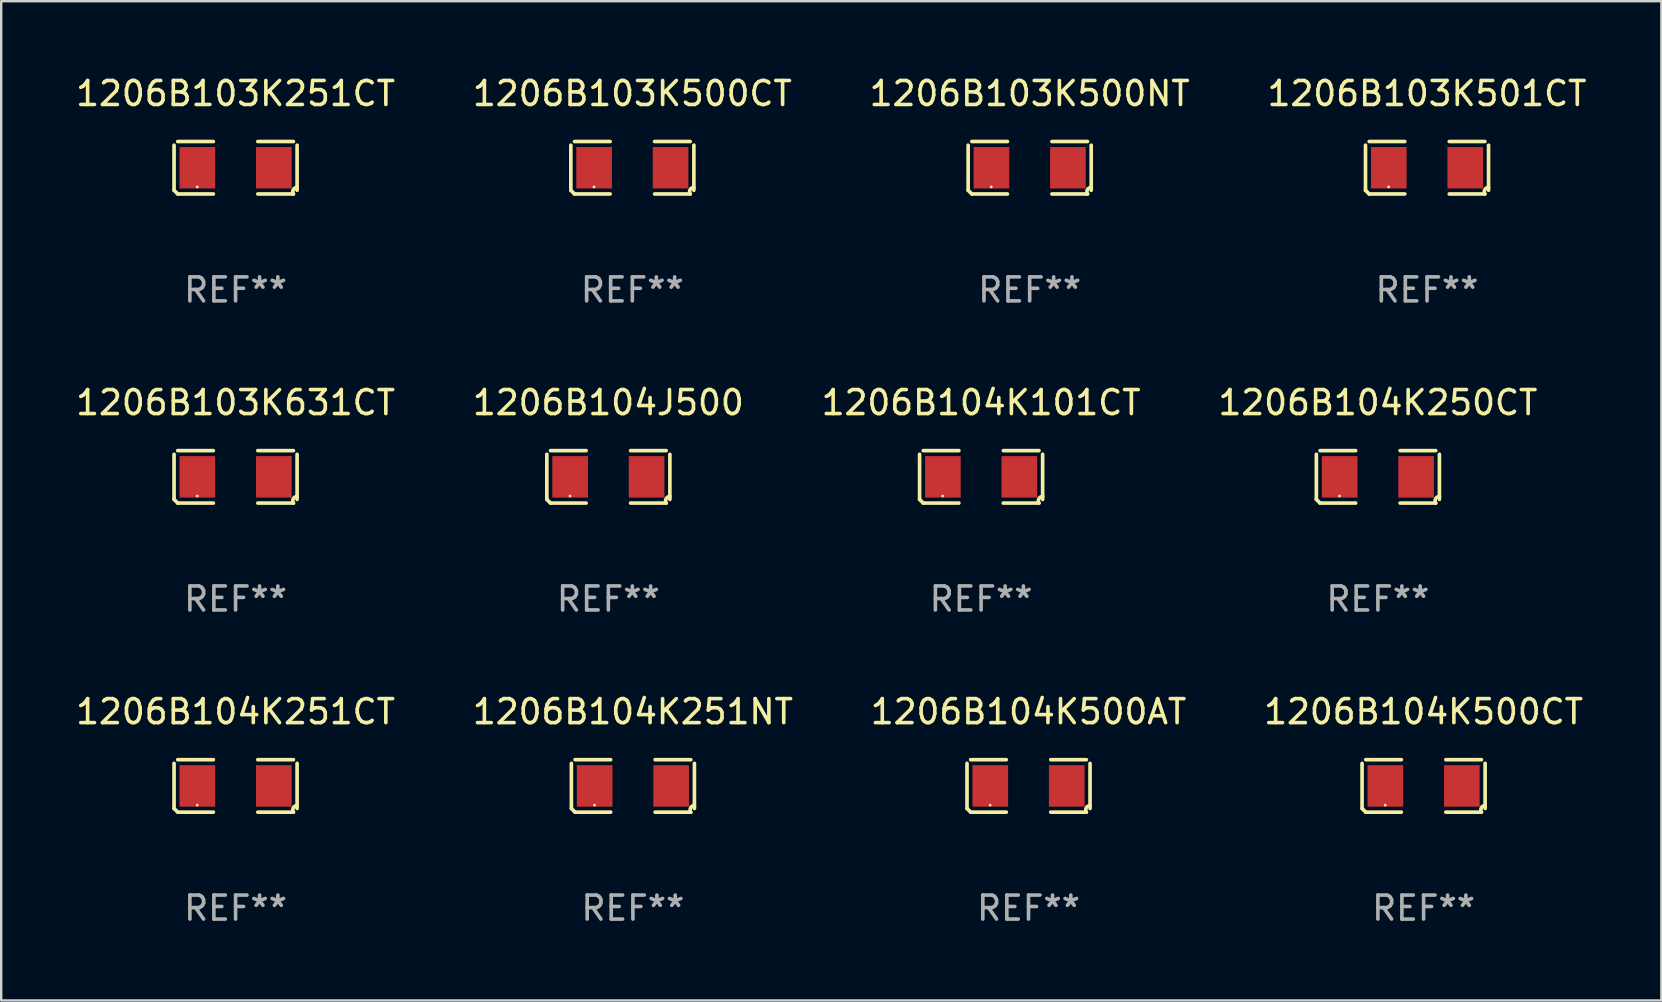
<source format=kicad_pcb>
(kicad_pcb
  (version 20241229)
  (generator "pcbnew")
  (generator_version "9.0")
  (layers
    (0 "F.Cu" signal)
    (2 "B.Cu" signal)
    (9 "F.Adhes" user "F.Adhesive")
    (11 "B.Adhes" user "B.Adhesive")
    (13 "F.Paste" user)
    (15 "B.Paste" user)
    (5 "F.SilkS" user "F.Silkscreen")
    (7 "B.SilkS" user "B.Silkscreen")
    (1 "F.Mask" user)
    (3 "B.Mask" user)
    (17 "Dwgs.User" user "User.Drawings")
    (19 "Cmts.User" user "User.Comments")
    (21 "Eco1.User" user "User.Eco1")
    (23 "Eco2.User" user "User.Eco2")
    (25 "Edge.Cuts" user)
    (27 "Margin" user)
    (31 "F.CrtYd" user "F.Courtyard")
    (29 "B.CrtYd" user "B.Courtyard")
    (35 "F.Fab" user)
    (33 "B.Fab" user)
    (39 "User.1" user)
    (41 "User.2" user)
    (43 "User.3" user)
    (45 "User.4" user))
  (footprint "1206B103K501CT"
    (layer "F.Cu")
    (at 56.423 3.941)
    (property "Reference" "1206B103K501CT" (at 0 -3.093 0) (layer "F.SilkS") (effects (font (size 1 1) (thickness 0.15))))
    (attr through_hole)
    (fp_line (start -2.564 0.94) (end -2.564 -0.94) (stroke (width 0.152) (type solid)) (layer "F.SilkS"))
    (fp_line (start -2.411 -1.093) (end -0.926 -1.093) (stroke (width 0.152) (type solid)) (layer "F.SilkS"))
    (fp_line (start -0.926 1.093) (end -2.411 1.093) (stroke (width 0.152) (type solid)) (layer "F.SilkS"))
    (fp_line (start 0.926 1.093) (end 2.411 1.093) (stroke (width 0.152) (type solid)) (layer "F.SilkS"))
    (fp_line (start 2.411 -1.093) (end 0.926 -1.093) (stroke (width 0.152) (type solid)) (layer "F.SilkS"))
    (fp_line (start 2.564 0.94) (end 2.564 -0.94) (stroke (width 0.152) (type solid)) (layer "F.SilkS"))
    (fp_arc (start -2.411201 1.092609) (mid -2.487413 1.01642) (end -2.563602 0.940208) (stroke (width 0.1524) (type solid)) (layer "F.SilkS"))
    (fp_arc (start 2.411201 1.092609) (mid 2.407159 0.911226) (end 2.563602 0.819347) (stroke (width 0.1524) (type solid)) (layer "F.SilkS"))
    (fp_circle (center -1.6 0.8) (end -1.57 0.8) (stroke (width 0.06) (type solid)) (fill no) (layer "F.SilkS"))
    (fp_text user "REF**" (at 0 5.093 0) (layer "F.Fab") (effects (font (size 1 1) (thickness 0.15))))
    (pad "1" smd rect (at -1.593 0) (size 1.485 1.728) (layers "F.Cu" "F.Mask" "F.Paste"))
    (pad "2" smd rect (at 1.593 0) (size 1.485 1.728) (layers "F.Cu" "F.Mask" "F.Paste")))
  (footprint "1206B104K101CT"
    (layer "F.Cu")
    (at 37.839 16.823)
    (property "Reference" "1206B104K101CT" (at 0 -3.093 0) (layer "F.SilkS") (effects (font (size 1 1) (thickness 0.15))))
    (attr through_hole)
    (fp_line (start -2.564 0.94) (end -2.564 -0.94) (stroke (width 0.152) (type solid)) (layer "F.SilkS"))
    (fp_line (start -2.411 -1.093) (end -0.926 -1.093) (stroke (width 0.152) (type solid)) (layer "F.SilkS"))
    (fp_line (start -0.926 1.093) (end -2.411 1.093) (stroke (width 0.152) (type solid)) (layer "F.SilkS"))
    (fp_line (start 0.926 1.093) (end 2.411 1.093) (stroke (width 0.152) (type solid)) (layer "F.SilkS"))
    (fp_line (start 2.411 -1.093) (end 0.926 -1.093) (stroke (width 0.152) (type solid)) (layer "F.SilkS"))
    (fp_line (start 2.564 0.94) (end 2.564 -0.94) (stroke (width 0.152) (type solid)) (layer "F.SilkS"))
    (fp_arc (start -2.411201 1.092609) (mid -2.487413 1.01642) (end -2.563602 0.940208) (stroke (width 0.1524) (type solid)) (layer "F.SilkS"))
    (fp_arc (start 2.411201 1.092609) (mid 2.407159 0.911226) (end 2.563602 0.819347) (stroke (width 0.1524) (type solid)) (layer "F.SilkS"))
    (fp_circle (center -1.6 0.8) (end -1.57 0.8) (stroke (width 0.06) (type solid)) (fill no) (layer "F.SilkS"))
    (fp_text user "REF**" (at 0 5.093 0) (layer "F.Fab") (effects (font (size 1 1) (thickness 0.15))))
    (pad "1" smd rect (at -1.593 0) (size 1.485 1.728) (layers "F.Cu" "F.Mask" "F.Paste"))
    (pad "2" smd rect (at 1.593 0) (size 1.485 1.728) (layers "F.Cu" "F.Mask" "F.Paste")))
  (footprint "1206B104J500"
    (layer "F.Cu")
    (at 22.304 16.823)
    (property "Reference" "1206B104J500" (at 0 -3.093 0) (layer "F.SilkS") (effects (font (size 1 1) (thickness 0.15))))
    (attr through_hole)
    (fp_line (start -2.564 0.94) (end -2.564 -0.94) (stroke (width 0.152) (type solid)) (layer "F.SilkS"))
    (fp_line (start -2.411 -1.093) (end -0.926 -1.093) (stroke (width 0.152) (type solid)) (layer "F.SilkS"))
    (fp_line (start -0.926 1.093) (end -2.411 1.093) (stroke (width 0.152) (type solid)) (layer "F.SilkS"))
    (fp_line (start 0.926 1.093) (end 2.411 1.093) (stroke (width 0.152) (type solid)) (layer "F.SilkS"))
    (fp_line (start 2.411 -1.093) (end 0.926 -1.093) (stroke (width 0.152) (type solid)) (layer "F.SilkS"))
    (fp_line (start 2.564 0.94) (end 2.564 -0.94) (stroke (width 0.152) (type solid)) (layer "F.SilkS"))
    (fp_arc (start -2.411201 1.092609) (mid -2.487413 1.01642) (end -2.563602 0.940208) (stroke (width 0.1524) (type solid)) (layer "F.SilkS"))
    (fp_arc (start 2.411201 1.092609) (mid 2.407159 0.911226) (end 2.563602 0.819347) (stroke (width 0.1524) (type solid)) (layer "F.SilkS"))
    (fp_circle (center -1.6 0.8) (end -1.57 0.8) (stroke (width 0.06) (type solid)) (fill no) (layer "F.SilkS"))
    (fp_text user "REF**" (at 0 5.093 0) (layer "F.Fab") (effects (font (size 1 1) (thickness 0.15))))
    (pad "1" smd rect (at -1.593 0) (size 1.485 1.728) (layers "F.Cu" "F.Mask" "F.Paste"))
    (pad "2" smd rect (at 1.593 0) (size 1.485 1.728) (layers "F.Cu" "F.Mask" "F.Paste")))
  (footprint "1206B104K500CT"
    (layer "F.Cu")
    (at 56.28 29.704)
    (property "Reference" "1206B104K500CT" (at 0 -3.093 0) (layer "F.SilkS") (effects (font (size 1 1) (thickness 0.15))))
    (attr through_hole)
    (fp_line (start -2.564 0.94) (end -2.564 -0.94) (stroke (width 0.152) (type solid)) (layer "F.SilkS"))
    (fp_line (start -2.411 -1.093) (end -0.926 -1.093) (stroke (width 0.152) (type solid)) (layer "F.SilkS"))
    (fp_line (start -0.926 1.093) (end -2.411 1.093) (stroke (width 0.152) (type solid)) (layer "F.SilkS"))
    (fp_line (start 0.926 1.093) (end 2.411 1.093) (stroke (width 0.152) (type solid)) (layer "F.SilkS"))
    (fp_line (start 2.411 -1.093) (end 0.926 -1.093) (stroke (width 0.152) (type solid)) (layer "F.SilkS"))
    (fp_line (start 2.564 0.94) (end 2.564 -0.94) (stroke (width 0.152) (type solid)) (layer "F.SilkS"))
    (fp_arc (start -2.411201 1.092609) (mid -2.487413 1.01642) (end -2.563602 0.940208) (stroke (width 0.1524) (type solid)) (layer "F.SilkS"))
    (fp_arc (start 2.411201 1.092609) (mid 2.407159 0.911226) (end 2.563602 0.819347) (stroke (width 0.1524) (type solid)) (layer "F.SilkS"))
    (fp_circle (center -1.6 0.8) (end -1.57 0.8) (stroke (width 0.06) (type solid)) (fill no) (layer "F.SilkS"))
    (fp_text user "REF**" (at 0 5.093 0) (layer "F.Fab") (effects (font (size 1 1) (thickness 0.15))))
    (pad "1" smd rect (at -1.593 0) (size 1.485 1.728) (layers "F.Cu" "F.Mask" "F.Paste"))
    (pad "2" smd rect (at 1.593 0) (size 1.485 1.728) (layers "F.Cu" "F.Mask" "F.Paste")))
  (footprint "1206B103K251CT"
    (layer "F.Cu")
    (at 6.768 3.941)
    (property "Reference" "1206B103K251CT" (at 0 -3.093 0) (layer "F.SilkS") (effects (font (size 1 1) (thickness 0.15))))
    (attr through_hole)
    (fp_line (start -2.564 0.94) (end -2.564 -0.94) (stroke (width 0.152) (type solid)) (layer "F.SilkS"))
    (fp_line (start -2.411 -1.093) (end -0.926 -1.093) (stroke (width 0.152) (type solid)) (layer "F.SilkS"))
    (fp_line (start -0.926 1.093) (end -2.411 1.093) (stroke (width 0.152) (type solid)) (layer "F.SilkS"))
    (fp_line (start 0.926 1.093) (end 2.411 1.093) (stroke (width 0.152) (type solid)) (layer "F.SilkS"))
    (fp_line (start 2.411 -1.093) (end 0.926 -1.093) (stroke (width 0.152) (type solid)) (layer "F.SilkS"))
    (fp_line (start 2.564 0.94) (end 2.564 -0.94) (stroke (width 0.152) (type solid)) (layer "F.SilkS"))
    (fp_arc (start -2.411201 1.092609) (mid -2.487413 1.01642) (end -2.563602 0.940208) (stroke (width 0.1524) (type solid)) (layer "F.SilkS"))
    (fp_arc (start 2.411201 1.092609) (mid 2.407159 0.911226) (end 2.563602 0.819347) (stroke (width 0.1524) (type solid)) (layer "F.SilkS"))
    (fp_circle (center -1.6 0.8) (end -1.57 0.8) (stroke (width 0.06) (type solid)) (fill no) (layer "F.SilkS"))
    (fp_text user "REF**" (at 0 5.093 0) (layer "F.Fab") (effects (font (size 1 1) (thickness 0.15))))
    (pad "1" smd rect (at -1.593 0) (size 1.485 1.728) (layers "F.Cu" "F.Mask" "F.Paste"))
    (pad "2" smd rect (at 1.593 0) (size 1.485 1.728) (layers "F.Cu" "F.Mask" "F.Paste")))
  (footprint "1206B103K500NT"
    (layer "F.Cu")
    (at 39.863 3.941)
    (property "Reference" "1206B103K500NT" (at 0 -3.093 0) (layer "F.SilkS") (effects (font (size 1 1) (thickness 0.15))))
    (attr through_hole)
    (fp_line (start -2.564 0.94) (end -2.564 -0.94) (stroke (width 0.152) (type solid)) (layer "F.SilkS"))
    (fp_line (start -2.411 -1.093) (end -0.926 -1.093) (stroke (width 0.152) (type solid)) (layer "F.SilkS"))
    (fp_line (start -0.926 1.093) (end -2.411 1.093) (stroke (width 0.152) (type solid)) (layer "F.SilkS"))
    (fp_line (start 0.926 1.093) (end 2.411 1.093) (stroke (width 0.152) (type solid)) (layer "F.SilkS"))
    (fp_line (start 2.411 -1.093) (end 0.926 -1.093) (stroke (width 0.152) (type solid)) (layer "F.SilkS"))
    (fp_line (start 2.564 0.94) (end 2.564 -0.94) (stroke (width 0.152) (type solid)) (layer "F.SilkS"))
    (fp_arc (start -2.411201 1.092609) (mid -2.487413 1.01642) (end -2.563602 0.940208) (stroke (width 0.1524) (type solid)) (layer "F.SilkS"))
    (fp_arc (start 2.411201 1.092609) (mid 2.407159 0.911226) (end 2.563602 0.819347) (stroke (width 0.1524) (type solid)) (layer "F.SilkS"))
    (fp_circle (center -1.6 0.8) (end -1.57 0.8) (stroke (width 0.06) (type solid)) (fill no) (layer "F.SilkS"))
    (fp_text user "REF**" (at 0 5.093 0) (layer "F.Fab") (effects (font (size 1 1) (thickness 0.15))))
    (pad "1" smd rect (at -1.593 0) (size 1.485 1.728) (layers "F.Cu" "F.Mask" "F.Paste"))
    (pad "2" smd rect (at 1.593 0) (size 1.485 1.728) (layers "F.Cu" "F.Mask" "F.Paste")))
  (footprint "1206B103K631CT"
    (layer "F.Cu")
    (at 6.768 16.823)
    (property "Reference" "1206B103K631CT" (at 0 -3.093 0) (layer "F.SilkS") (effects (font (size 1 1) (thickness 0.15))))
    (attr through_hole)
    (fp_line (start -2.564 0.94) (end -2.564 -0.94) (stroke (width 0.152) (type solid)) (layer "F.SilkS"))
    (fp_line (start -2.411 -1.093) (end -0.926 -1.093) (stroke (width 0.152) (type solid)) (layer "F.SilkS"))
    (fp_line (start -0.926 1.093) (end -2.411 1.093) (stroke (width 0.152) (type solid)) (layer "F.SilkS"))
    (fp_line (start 0.926 1.093) (end 2.411 1.093) (stroke (width 0.152) (type solid)) (layer "F.SilkS"))
    (fp_line (start 2.411 -1.093) (end 0.926 -1.093) (stroke (width 0.152) (type solid)) (layer "F.SilkS"))
    (fp_line (start 2.564 0.94) (end 2.564 -0.94) (stroke (width 0.152) (type solid)) (layer "F.SilkS"))
    (fp_arc (start -2.411201 1.092609) (mid -2.487413 1.01642) (end -2.563602 0.940208) (stroke (width 0.1524) (type solid)) (layer "F.SilkS"))
    (fp_arc (start 2.411201 1.092609) (mid 2.407159 0.911226) (end 2.563602 0.819347) (stroke (width 0.1524) (type solid)) (layer "F.SilkS"))
    (fp_circle (center -1.6 0.8) (end -1.57 0.8) (stroke (width 0.06) (type solid)) (fill no) (layer "F.SilkS"))
    (fp_text user "REF**" (at 0 5.093 0) (layer "F.Fab") (effects (font (size 1 1) (thickness 0.15))))
    (pad "1" smd rect (at -1.593 0) (size 1.485 1.728) (layers "F.Cu" "F.Mask" "F.Paste"))
    (pad "2" smd rect (at 1.593 0) (size 1.485 1.728) (layers "F.Cu" "F.Mask" "F.Paste")))
  (footprint "1206B104K250CT"
    (layer "F.Cu")
    (at 54.375 16.823)
    (property "Reference" "1206B104K250CT" (at 0 -3.093 0) (layer "F.SilkS") (effects (font (size 1 1) (thickness 0.15))))
    (attr through_hole)
    (fp_line (start -2.564 0.94) (end -2.564 -0.94) (stroke (width 0.152) (type solid)) (layer "F.SilkS"))
    (fp_line (start -2.411 -1.093) (end -0.926 -1.093) (stroke (width 0.152) (type solid)) (layer "F.SilkS"))
    (fp_line (start -0.926 1.093) (end -2.411 1.093) (stroke (width 0.152) (type solid)) (layer "F.SilkS"))
    (fp_line (start 0.926 1.093) (end 2.411 1.093) (stroke (width 0.152) (type solid)) (layer "F.SilkS"))
    (fp_line (start 2.411 -1.093) (end 0.926 -1.093) (stroke (width 0.152) (type solid)) (layer "F.SilkS"))
    (fp_line (start 2.564 0.94) (end 2.564 -0.94) (stroke (width 0.152) (type solid)) (layer "F.SilkS"))
    (fp_arc (start -2.411201 1.092609) (mid -2.487413 1.01642) (end -2.563602 0.940208) (stroke (width 0.1524) (type solid)) (layer "F.SilkS"))
    (fp_arc (start 2.411201 1.092609) (mid 2.407159 0.911226) (end 2.563602 0.819347) (stroke (width 0.1524) (type solid)) (layer "F.SilkS"))
    (fp_circle (center -1.6 0.8) (end -1.57 0.8) (stroke (width 0.06) (type solid)) (fill no) (layer "F.SilkS"))
    (fp_text user "REF**" (at 0 5.093 0) (layer "F.Fab") (effects (font (size 1 1) (thickness 0.15))))
    (pad "1" smd rect (at -1.593 0) (size 1.485 1.728) (layers "F.Cu" "F.Mask" "F.Paste"))
    (pad "2" smd rect (at 1.593 0) (size 1.485 1.728) (layers "F.Cu" "F.Mask" "F.Paste")))
  (footprint "1206B104K251NT"
    (layer "F.Cu")
    (at 23.327 29.704)
    (property "Reference" "1206B104K251NT" (at 0 -3.093 0) (layer "F.SilkS") (effects (font (size 1 1) (thickness 0.15))))
    (attr through_hole)
    (fp_line (start -2.564 0.94) (end -2.564 -0.94) (stroke (width 0.152) (type solid)) (layer "F.SilkS"))
    (fp_line (start -2.411 -1.093) (end -0.926 -1.093) (stroke (width 0.152) (type solid)) (layer "F.SilkS"))
    (fp_line (start -0.926 1.093) (end -2.411 1.093) (stroke (width 0.152) (type solid)) (layer "F.SilkS"))
    (fp_line (start 0.926 1.093) (end 2.411 1.093) (stroke (width 0.152) (type solid)) (layer "F.SilkS"))
    (fp_line (start 2.411 -1.093) (end 0.926 -1.093) (stroke (width 0.152) (type solid)) (layer "F.SilkS"))
    (fp_line (start 2.564 0.94) (end 2.564 -0.94) (stroke (width 0.152) (type solid)) (layer "F.SilkS"))
    (fp_arc (start -2.411201 1.092609) (mid -2.487413 1.01642) (end -2.563602 0.940208) (stroke (width 0.1524) (type solid)) (layer "F.SilkS"))
    (fp_arc (start 2.411201 1.092609) (mid 2.407159 0.911226) (end 2.563602 0.819347) (stroke (width 0.1524) (type solid)) (layer "F.SilkS"))
    (fp_circle (center -1.6 0.8) (end -1.57 0.8) (stroke (width 0.06) (type solid)) (fill no) (layer "F.SilkS"))
    (fp_text user "REF**" (at 0 5.093 0) (layer "F.Fab") (effects (font (size 1 1) (thickness 0.15))))
    (pad "1" smd rect (at -1.593 0) (size 1.485 1.728) (layers "F.Cu" "F.Mask" "F.Paste"))
    (pad "2" smd rect (at 1.593 0) (size 1.485 1.728) (layers "F.Cu" "F.Mask" "F.Paste")))
  (footprint "1206B104K251CT"
    (layer "F.Cu")
    (at 6.768 29.704)
    (property "Reference" "1206B104K251CT" (at 0 -3.093 0) (layer "F.SilkS") (effects (font (size 1 1) (thickness 0.15))))
    (attr through_hole)
    (fp_line (start -2.564 0.94) (end -2.564 -0.94) (stroke (width 0.152) (type solid)) (layer "F.SilkS"))
    (fp_line (start -2.411 -1.093) (end -0.926 -1.093) (stroke (width 0.152) (type solid)) (layer "F.SilkS"))
    (fp_line (start -0.926 1.093) (end -2.411 1.093) (stroke (width 0.152) (type solid)) (layer "F.SilkS"))
    (fp_line (start 0.926 1.093) (end 2.411 1.093) (stroke (width 0.152) (type solid)) (layer "F.SilkS"))
    (fp_line (start 2.411 -1.093) (end 0.926 -1.093) (stroke (width 0.152) (type solid)) (layer "F.SilkS"))
    (fp_line (start 2.564 0.94) (end 2.564 -0.94) (stroke (width 0.152) (type solid)) (layer "F.SilkS"))
    (fp_arc (start -2.411201 1.092609) (mid -2.487413 1.01642) (end -2.563602 0.940208) (stroke (width 0.1524) (type solid)) (layer "F.SilkS"))
    (fp_arc (start 2.411201 1.092609) (mid 2.407159 0.911226) (end 2.563602 0.819347) (stroke (width 0.1524) (type solid)) (layer "F.SilkS"))
    (fp_circle (center -1.6 0.8) (end -1.57 0.8) (stroke (width 0.06) (type solid)) (fill no) (layer "F.SilkS"))
    (fp_text user "REF**" (at 0 5.093 0) (layer "F.Fab") (effects (font (size 1 1) (thickness 0.15))))
    (pad "1" smd rect (at -1.593 0) (size 1.485 1.728) (layers "F.Cu" "F.Mask" "F.Paste"))
    (pad "2" smd rect (at 1.593 0) (size 1.485 1.728) (layers "F.Cu" "F.Mask" "F.Paste")))
  (footprint "1206B103K500CT"
    (layer "F.Cu")
    (at 23.304 3.941)
    (property "Reference" "1206B103K500CT" (at 0 -3.093 0) (layer "F.SilkS") (effects (font (size 1 1) (thickness 0.15))))
    (attr through_hole)
    (fp_line (start -2.564 0.94) (end -2.564 -0.94) (stroke (width 0.152) (type solid)) (layer "F.SilkS"))
    (fp_line (start -2.411 -1.093) (end -0.926 -1.093) (stroke (width 0.152) (type solid)) (layer "F.SilkS"))
    (fp_line (start -0.926 1.093) (end -2.411 1.093) (stroke (width 0.152) (type solid)) (layer "F.SilkS"))
    (fp_line (start 0.926 1.093) (end 2.411 1.093) (stroke (width 0.152) (type solid)) (layer "F.SilkS"))
    (fp_line (start 2.411 -1.093) (end 0.926 -1.093) (stroke (width 0.152) (type solid)) (layer "F.SilkS"))
    (fp_line (start 2.564 0.94) (end 2.564 -0.94) (stroke (width 0.152) (type solid)) (layer "F.SilkS"))
    (fp_arc (start -2.411201 1.092609) (mid -2.487413 1.01642) (end -2.563602 0.940208) (stroke (width 0.1524) (type solid)) (layer "F.SilkS"))
    (fp_arc (start 2.411201 1.092609) (mid 2.407159 0.911226) (end 2.563602 0.819347) (stroke (width 0.1524) (type solid)) (layer "F.SilkS"))
    (fp_circle (center -1.6 0.8) (end -1.57 0.8) (stroke (width 0.06) (type solid)) (fill no) (layer "F.SilkS"))
    (fp_text user "REF**" (at 0 5.093 0) (layer "F.Fab") (effects (font (size 1 1) (thickness 0.15))))
    (pad "1" smd rect (at -1.593 0) (size 1.485 1.728) (layers "F.Cu" "F.Mask" "F.Paste"))
    (pad "2" smd rect (at 1.593 0) (size 1.485 1.728) (layers "F.Cu" "F.Mask" "F.Paste")))
  (footprint "1206B104K500AT"
    (layer "F.Cu")
    (at 39.815 29.704)
    (property "Reference" "1206B104K500AT" (at 0 -3.093 0) (layer "F.SilkS") (effects (font (size 1 1) (thickness 0.15))))
    (attr through_hole)
    (fp_line (start -2.564 0.94) (end -2.564 -0.94) (stroke (width 0.152) (type solid)) (layer "F.SilkS"))
    (fp_line (start -2.411 -1.093) (end -0.926 -1.093) (stroke (width 0.152) (type solid)) (layer "F.SilkS"))
    (fp_line (start -0.926 1.093) (end -2.411 1.093) (stroke (width 0.152) (type solid)) (layer "F.SilkS"))
    (fp_line (start 0.926 1.093) (end 2.411 1.093) (stroke (width 0.152) (type solid)) (layer "F.SilkS"))
    (fp_line (start 2.411 -1.093) (end 0.926 -1.093) (stroke (width 0.152) (type solid)) (layer "F.SilkS"))
    (fp_line (start 2.564 0.94) (end 2.564 -0.94) (stroke (width 0.152) (type solid)) (layer "F.SilkS"))
    (fp_arc (start -2.411201 1.092609) (mid -2.487413 1.01642) (end -2.563602 0.940208) (stroke (width 0.1524) (type solid)) (layer "F.SilkS"))
    (fp_arc (start 2.411201 1.092609) (mid 2.407159 0.911226) (end 2.563602 0.819347) (stroke (width 0.1524) (type solid)) (layer "F.SilkS"))
    (fp_circle (center -1.6 0.8) (end -1.57 0.8) (stroke (width 0.06) (type solid)) (fill no) (layer "F.SilkS"))
    (fp_text user "REF**" (at 0 5.093 0) (layer "F.Fab") (effects (font (size 1 1) (thickness 0.15))))
    (pad "1" smd rect (at -1.593 0) (size 1.485 1.728) (layers "F.Cu" "F.Mask" "F.Paste"))
    (pad "2" smd rect (at 1.593 0) (size 1.485 1.728) (layers "F.Cu" "F.Mask" "F.Paste")))
  (gr_rect
    (start -3 -3)
    (end 66.19 38.645)
    (stroke (width 0.1) (type default))
    (fill no)
    (layer "Edge.Cuts")))
</source>
